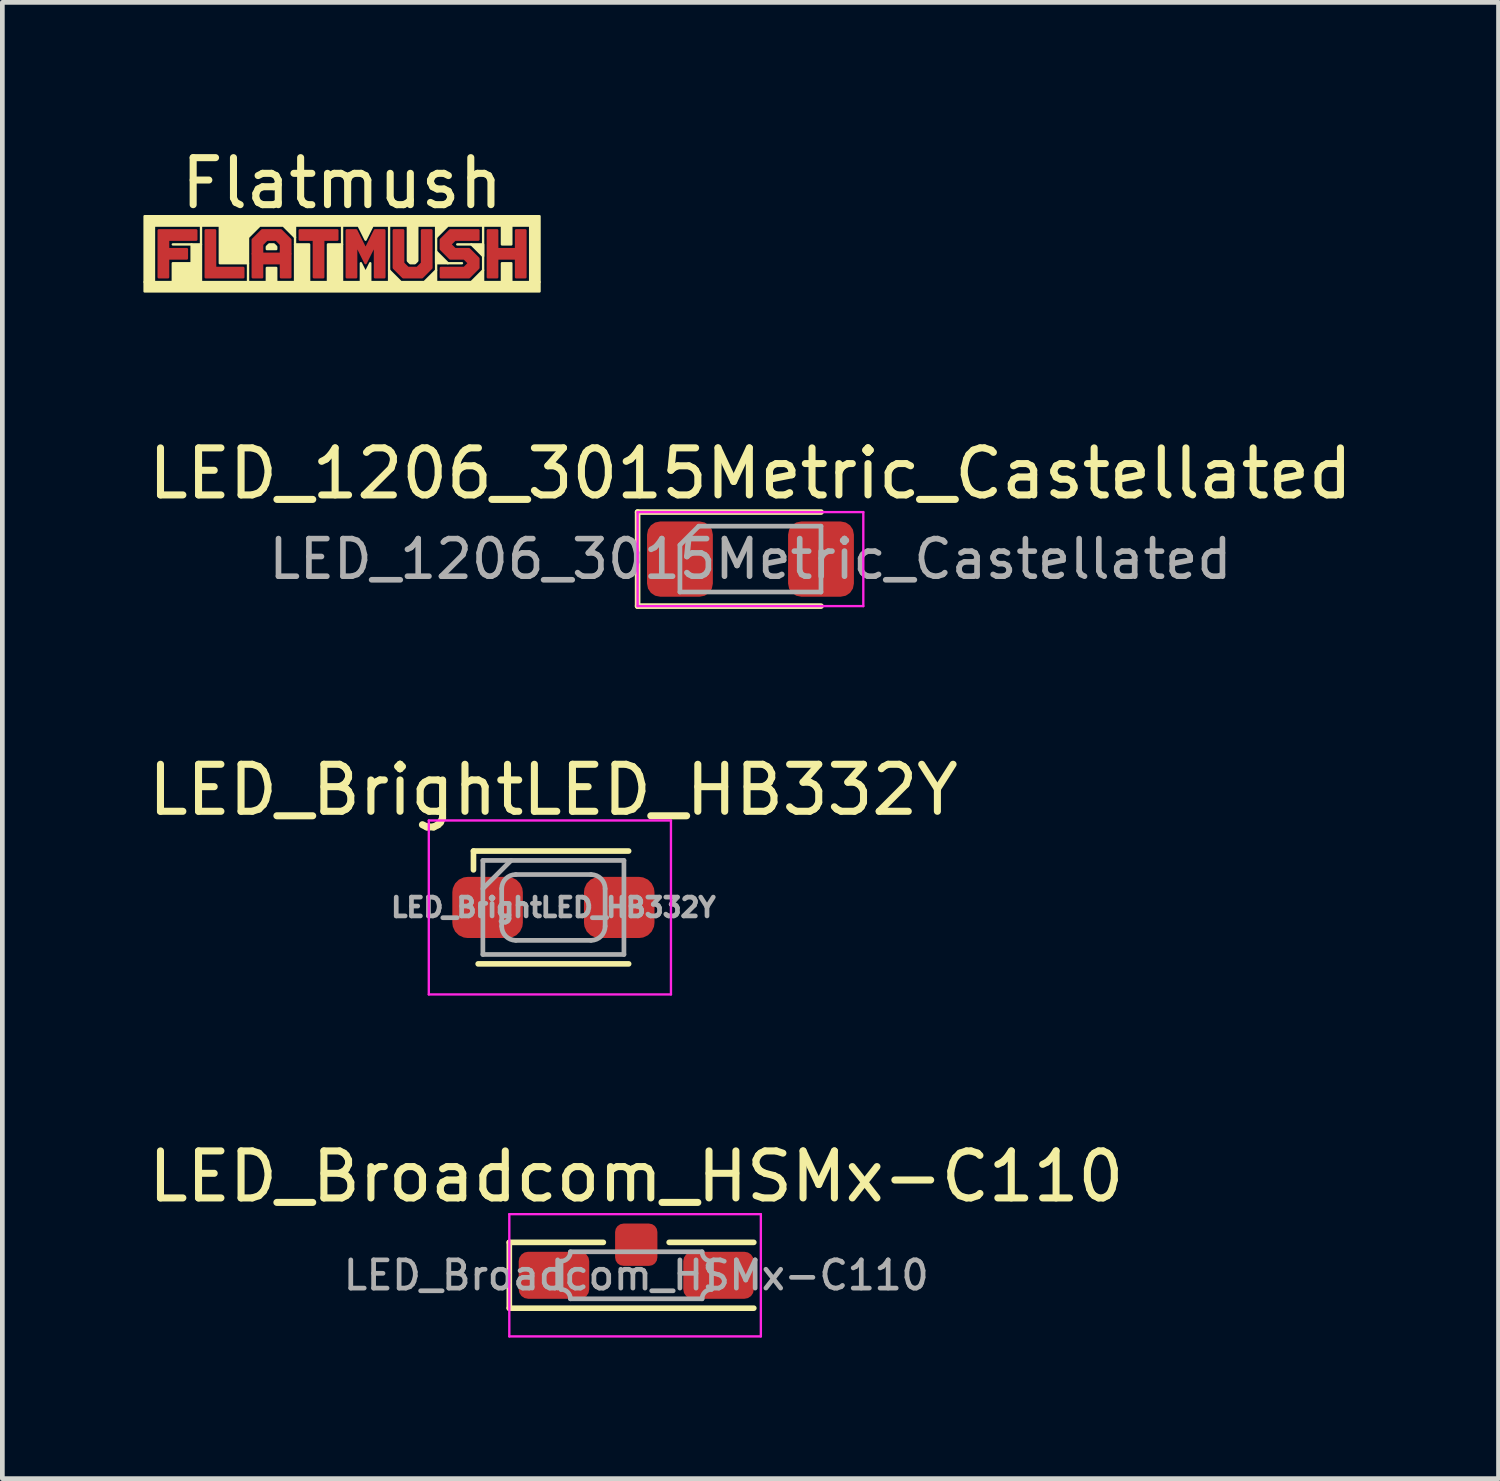
<source format=kicad_pcb>
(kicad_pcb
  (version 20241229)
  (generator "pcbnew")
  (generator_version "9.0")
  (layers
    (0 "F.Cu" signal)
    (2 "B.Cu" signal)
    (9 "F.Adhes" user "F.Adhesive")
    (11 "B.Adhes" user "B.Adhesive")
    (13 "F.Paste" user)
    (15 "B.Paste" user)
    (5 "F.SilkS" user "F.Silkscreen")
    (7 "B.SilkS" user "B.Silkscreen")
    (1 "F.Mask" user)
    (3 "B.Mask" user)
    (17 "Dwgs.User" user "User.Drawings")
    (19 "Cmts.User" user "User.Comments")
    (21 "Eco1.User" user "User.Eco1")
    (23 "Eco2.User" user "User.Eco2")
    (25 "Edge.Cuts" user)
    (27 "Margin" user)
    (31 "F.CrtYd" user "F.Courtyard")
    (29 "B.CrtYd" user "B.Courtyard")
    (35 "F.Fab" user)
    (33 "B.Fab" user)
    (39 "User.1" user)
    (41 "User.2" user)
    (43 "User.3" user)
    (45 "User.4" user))
  (footprint "LED_Broadcom_HSMx-C110"
    (layer "F.Cu")
    (at 10.482 24.073)
    (property "Reference" "LED_Broadcom_HSMx-C110" (at 0 -2.1 0) (layer "F.SilkS") (effects (font (size 1 1) (thickness 0.15))))
    (attr smd)
    (fp_line (start -2.7 -0.7) (end -2.7 0.7) (stroke (width 0.12) (type solid)) (layer "F.SilkS"))
    (fp_line (start -2.7 0.7) (end 2.5 0.7) (stroke (width 0.12) (type solid)) (layer "F.SilkS"))
    (fp_line (start -0.7 -0.7) (end -2.7 -0.7) (stroke (width 0.12) (type solid)) (layer "F.SilkS"))
    (fp_line (start 2.5 -0.7) (end 0.7 -0.7) (stroke (width 0.12) (type solid)) (layer "F.SilkS"))
    (fp_line (start -2.7 -1.3) (end 2.65 -1.3) (stroke (width 0.05) (type solid)) (layer "F.CrtYd"))
    (fp_line (start -2.7 1.3) (end -2.7 -1.3) (stroke (width 0.05) (type solid)) (layer "F.CrtYd"))
    (fp_line (start 2.65 -1.3) (end 2.65 1.3) (stroke (width 0.05) (type solid)) (layer "F.CrtYd"))
    (fp_line (start 2.65 1.3) (end -2.7 1.3) (stroke (width 0.05) (type solid)) (layer "F.CrtYd"))
    (fp_line (start -1.6 -0.3) (end -1.6 0.3) (stroke (width 0.1) (type solid)) (layer "F.Fab"))
    (fp_line (start -1.4 0.5) (end 1.4 0.5) (stroke (width 0.1) (type solid)) (layer "F.Fab"))
    (fp_line (start 1.4 -0.5) (end -1.4 -0.5) (stroke (width 0.1) (type solid)) (layer "F.Fab"))
    (fp_line (start 1.6 0.3) (end 1.6 -0.3) (stroke (width 0.1) (type solid)) (layer "F.Fab"))
    (fp_arc (start -1.6 0.3) (mid -1.458579 0.358579) (end -1.4 0.5) (stroke (width 0.1) (type solid)) (layer "F.Fab"))
    (fp_arc (start -1.4 -0.5) (mid -1.458579 -0.358579) (end -1.6 -0.3) (stroke (width 0.1) (type solid)) (layer "F.Fab"))
    (fp_arc (start 1.4 0.5) (mid 1.458579 0.358579) (end 1.6 0.3) (stroke (width 0.1) (type solid)) (layer "F.Fab"))
    (fp_arc (start 1.6 -0.3) (mid 1.458579 -0.358579) (end 1.4 -0.5) (stroke (width 0.1) (type solid)) (layer "F.Fab"))
    (fp_text user "${REFERENCE}" (at 0 0 0) (layer "F.Fab") (effects (font (size 0.6 0.6) (thickness 0.1))))
    (pad "" smd roundrect (at 0 -0.65) (size 0.9 0.9) (layers "F.Cu" "F.Mask" "F.Paste") (roundrect_rratio 0.2))
    (pad "1" smd roundrect (at -1.75 0) (size 1.5 1) (layers "F.Cu" "F.Mask" "F.Paste") (roundrect_rratio 0.2))
    (pad "2" smd roundrect (at 1.75 0) (size 1.5 1) (layers "F.Cu" "F.Mask" "F.Paste") (roundrect_rratio 0.2)))
  (footprint "Flatmush"
    (layer "F.Cu")
    (at 4.225 2.548)
    (property "Reference" "Flatmush" (at 0 -1.7 0) (layer "F.SilkS") (effects (font (size 1 1) (thickness 0.15))))
    (attr through_hole)
    (fp_line (start -3.6 -0.4) (end -3.2 -0.4) (stroke (width 0.05) (type solid)) (layer "F.SilkS"))
    (fp_line (start -3 -0.8) (end -3 -0.4) (stroke (width 0.05) (type solid)) (layer "F.SilkS"))
    (fp_line (start -2 0) (end -2 0.4) (stroke (width 0.05) (type solid)) (layer "F.SilkS"))
    (fp_line (start -1 -0.55) (end -1 -0.4) (stroke (width 0.05) (type solid)) (layer "F.SilkS"))
    (fp_line (start 0 -0.8) (end 0 -0.4) (stroke (width 0.05) (type solid)) (layer "F.SilkS"))
    (fp_line (start 1 -0.8) (end 1 0.15) (stroke (width 0.05) (type solid)) (layer "F.SilkS"))
    (fp_line (start 2 -0.55) (end 2 0.15) (stroke (width 0.05) (type solid)) (layer "F.SilkS"))
    (fp_line (start 2.25 0) (end 2.55 0) (stroke (width 0.05) (type solid)) (layer "F.SilkS"))
    (fp_line (start 2.45 -0.4) (end 2.75 -0.4) (stroke (width 0.05) (type solid)) (layer "F.SilkS"))
    (fp_line (start 3 -0.8) (end 3 0.15) (stroke (width 0.05) (type solid)) (layer "F.SilkS"))
    (fp_poly (pts (xy 2 0) (xy 2.25 0) (xy 2 -0.25)) (stroke (width 0.05) (type solid)) (fill yes) (layer "F.SilkS"))
    (fp_poly (pts (xy 3 -0.4) (xy 2.75 -0.4) (xy 3 -0.15)) (stroke (width 0.05) (type solid)) (fill yes) (layer "F.SilkS"))
    (fp_poly (pts (xy -1.6 -0.35) (xy -1.6 -0.3) (xy -1.4 -0.3) (xy -1.4 -0.35) (xy -1.45 -0.4) (xy -1.55 -0.4)) (stroke (width 0.05) (type solid)) (fill yes) (layer "F.SilkS"))
    (fp_poly (pts (xy -4.2 0.4) (xy -4 0.4) (xy -4 -0.8) (xy -2.6 -0.8) (xy -2.6 0) (xy -2 0) (xy -2 -0.55) (xy -1.75 -0.8) (xy -1.25 -0.8) (xy -1 -0.55) (xy -1 -0.8) (xy 0.35 -0.8) (xy 0.5 -0.5) (xy 0.65 -0.8) (xy 1.4 -0.8) (xy 1.4 -0.05) (xy 1.45 0) (xy 1.55 0) (xy 1.6 -0.05) (xy 1.6 -0.8) (xy 2 -0.8) (xy 2 -0.55) (xy 2.25 -0.8) (xy 3.4 -0.8) (xy 3.4 -0.4) (xy 3.6 -0.4) (xy 3.6 -0.8) (xy 4 -0.8) (xy 4 0.4) (xy 4.2 0.4) (xy 4.2 -1) (xy -4.2 -1)) (stroke (width 0.05) (type solid)) (fill yes) (layer "F.SilkS"))
    (fp_poly (pts (xy -4.2 0.4) (xy -3.6 0.4) (xy -3.6 0) (xy -3.2 0) (xy -3.2 -0.4) (xy -3 -0.4) (xy -3 0.4) (xy -1.6 0.4) (xy -1.6 0.1) (xy -1.4 0.1) (xy -1.4 0.4) (xy -1 0.4) (xy -1 -0.4) (xy -0.7 -0.4) (xy -0.7 0.4) (xy -0.3 0.4) (xy -0.3 -0.4) (xy 0 -0.4) (xy 0 0.4) (xy 0.4 0.4) (xy 0.4 0) (xy 0.5 0.2) (xy 0.6 0) (xy 0.6 0.4) (xy 1 0.4) (xy 1 0.15) (xy 1.25 0.4) (xy 1.75 0.4) (xy 2 0.15) (xy 2 0.4) (xy 2.75 0.4) (xy 3 0.15) (xy 3 0.4) (xy 3.4 0.4) (xy 3.4 0) (xy 3.6 0) (xy 3.6 0.4) (xy 4.2 0.4) (xy 4.2 0.6) (xy -4.2 0.6)) (stroke (width 0.05) (type solid)) (fill yes) (layer "F.SilkS"))
    (pad "" smd custom (at -3.5 -0.6) (size 0.1 0.1) (layers "F.Cu" "F.Mask") (options (anchor circle)) (primitives (gr_poly (pts (xy -0.4 0.9) (xy -0.2 0.9) (xy -0.2 0.5) (xy 0.2 0.5) (xy 0.2 0.3) (xy -0.2 0.3) (xy -0.2 0.1) (xy 0.4 0.1) (xy 0.4 -0.1) (xy -0.4 -0.1)) (width 0.05) (fill yes))))
    (pad "" smd custom (at -2.8 -0.6) (size 0.1 0.1) (layers "F.Cu" "F.Mask") (options (anchor circle)) (primitives (gr_poly (pts (xy -0.1 -0.1) (xy -0.1 0.9) (xy 0.7 0.9) (xy 0.7 0.7) (xy 0.1 0.7) (xy 0.1 -0.1)) (width 0.05) (fill yes))))
    (pad "" smd custom (at -1.5 -0.6) (size 0.1 0.1) (layers "F.Cu" "F.Mask") (options (anchor circle)) (primitives (gr_poly (pts (xy -0.4 0.4) (xy -0.4 0.1) (xy -0.2 -0.1) (xy 0.2 -0.1) (xy 0.4 0.1) (xy 0.4 0.4) (xy 0.2 0.4) (xy 0.2 0.2) (xy 0.1 0.1) (xy -0.1 0.1) (xy -0.2 0.2) (xy -0.2 0.4)) (width 0.05) (fill yes))))
    (pad "" smd custom (at -1.5 -0.1) (size 0.1 0.1) (layers "F.Cu" "F.Mask") (options (anchor circle)) (primitives (gr_poly (pts (xy -0.4 0.4) (xy -0.4 -0.1) (xy 0.4 -0.1) (xy 0.4 0.4) (xy 0.2 0.4) (xy 0.2 0.1) (xy -0.2 0.1) (xy -0.2 0.4)) (width 0.05) (fill yes))))
    (pad "" smd custom (at -0.5 -0.6) (size 0.1 0.1) (layers "F.Cu" "F.Mask") (options (anchor circle)) (primitives (gr_poly (pts (xy -0.4 -0.1) (xy -0.4 0.1) (xy -0.1 0.1) (xy -0.1 0.9) (xy 0.1 0.9) (xy 0.1 0.1) (xy 0.4 0.1) (xy 0.4 -0.1)) (width 0.05) (fill yes))))
    (pad "" smd custom (at 0.5 -0.2) (size 0.1 0.1) (layers "F.Cu" "F.Mask") (options (anchor circle)) (primitives (gr_poly (pts (xy -0.4 -0.5) (xy -0.4 0.5) (xy -0.2 0.5) (xy -0.2 -0.2) (xy 0 0.2) (xy 0.2 -0.2) (xy 0.2 0.5) (xy 0.4 0.5) (xy 0.4 -0.5) (xy 0.2 -0.5) (xy 0 -0.1) (xy -0.2 -0.5)) (width 0.05) (fill yes))))
    (pad "" smd custom (at 1.5 0.2) (size 0.1 0.1) (layers "F.Cu" "F.Mask") (options (anchor circle)) (primitives (gr_poly (pts (xy -0.4 -0.9) (xy -0.4 -0.1) (xy -0.2 0.1) (xy 0.2 0.1) (xy 0.4 -0.1) (xy 0.4 -0.9) (xy 0.2 -0.9) (xy 0.2 -0.2) (xy 0.1 -0.1) (xy -0.1 -0.1) (xy -0.2 -0.2) (xy -0.2 -0.9)) (width 0.05) (fill yes))))
    (pad "" smd custom (at 2.5 -0.2) (size 0.1 0.1) (layers "F.Cu" "F.Mask") (options (anchor circle)) (primitives (gr_poly (pts (xy -0.2 -0.2) (xy -0.1 -0.3) (xy 0.4 -0.3) (xy 0.4 -0.5) (xy -0.2 -0.5) (xy -0.4 -0.3) (xy -0.4 -0.1) (xy -0.2 0.1) (xy 0.1 0.1) (xy 0.2 0.2) (xy 0.1 0.3) (xy -0.4 0.3) (xy -0.4 0.5) (xy 0.2 0.5) (xy 0.4 0.3) (xy 0.4 0.1) (xy 0.2 -0.1) (xy -0.1 -0.1)) (width 0.05) (fill yes))))
    (pad "" smd custom (at 3.5 -0.2) (size 0.1 0.1) (layers "F.Cu" "F.Mask") (options (anchor circle)) (primitives (gr_poly (pts (xy -0.4 -0.5) (xy -0.2 -0.5) (xy -0.2 -0.1) (xy 0.2 -0.1) (xy 0.2 -0.5) (xy 0.4 -0.5) (xy 0.4 0.5) (xy 0.2 0.5) (xy 0.2 0.1) (xy -0.2 0.1) (xy -0.2 0.5) (xy -0.4 0.5)) (width 0.05) (fill yes)))))
  (footprint "LED_BrightLED_HB332Y"
    (layer "F.Cu")
    (at 8.72 16.25)
    (property "Reference" "LED_BrightLED_HB332Y" (at 0 -2.5 0) (layer "F.SilkS") (effects (font (size 1 1) (thickness 0.15))))
    (attr smd)
    (fp_line (start -1.7 -1.2) (end -1.7 -0.8) (stroke (width 0.12) (type solid)) (layer "F.SilkS"))
    (fp_line (start 1.6 -1.2) (end -1.7 -1.2) (stroke (width 0.12) (type solid)) (layer "F.SilkS"))
    (fp_line (start 1.6 1.2) (end -1.6 1.2) (stroke (width 0.12) (type solid)) (layer "F.SilkS"))
    (fp_line (start -2.65 -1.85) (end 2.5 -1.85) (stroke (width 0.05) (type solid)) (layer "F.CrtYd"))
    (fp_line (start -2.65 1.85) (end -2.65 -1.85) (stroke (width 0.05) (type solid)) (layer "F.CrtYd"))
    (fp_line (start 2.5 -1.85) (end 2.5 1.85) (stroke (width 0.05) (type solid)) (layer "F.CrtYd"))
    (fp_line (start 2.5 1.85) (end -2.65 1.85) (stroke (width 0.05) (type solid)) (layer "F.CrtYd"))
    (fp_line (start -1.5 -1) (end -1.5 1) (stroke (width 0.1) (type solid)) (layer "F.Fab"))
    (fp_line (start -1.5 -0.4) (end -0.9 -1) (stroke (width 0.1) (type solid)) (layer "F.Fab"))
    (fp_line (start -1.5 1) (end 1.5 1) (stroke (width 0.1) (type solid)) (layer "F.Fab"))
    (fp_line (start -1.1 -0.4) (end -1.1 0.4) (stroke (width 0.1) (type solid)) (layer "F.Fab"))
    (fp_line (start -0.8 -0.7) (end 0.8 -0.7) (stroke (width 0.1) (type solid)) (layer "F.Fab"))
    (fp_line (start 0.8 0.7) (end -0.8 0.7) (stroke (width 0.1) (type solid)) (layer "F.Fab"))
    (fp_line (start 1.1 0.4) (end 1.1 -0.4) (stroke (width 0.1) (type solid)) (layer "F.Fab"))
    (fp_line (start 1.5 -1) (end -1.5 -1) (stroke (width 0.1) (type solid)) (layer "F.Fab"))
    (fp_line (start 1.5 1) (end 1.5 -1) (stroke (width 0.1) (type solid)) (layer "F.Fab"))
    (fp_arc (start -1.1 -0.4) (mid -1.012132 -0.612132) (end -0.8 -0.7) (stroke (width 0.1) (type solid)) (layer "F.Fab"))
    (fp_arc (start -0.8 0.7) (mid -1.012132 0.612132) (end -1.1 0.4) (stroke (width 0.1) (type solid)) (layer "F.Fab"))
    (fp_arc (start 0.8 -0.7) (mid 1.012132 -0.612132) (end 1.1 -0.4) (stroke (width 0.1) (type solid)) (layer "F.Fab"))
    (fp_arc (start 1.1 0.4) (mid 1.012132 0.612132) (end 0.8 0.7) (stroke (width 0.1) (type solid)) (layer "F.Fab"))
    (fp_text user "${REFERENCE}" (at 0 0 0) (layer "F.Fab") (effects (font (size 0.4 0.4) (thickness 0.1))))
    (pad "1" smd roundrect (at -1.4 0) (size 1.5 1.3) (layers "F.Cu" "F.Mask" "F.Paste") (roundrect_rratio 0.25))
    (pad "2" smd roundrect (at 1.4 0) (size 1.5 1.3) (layers "F.Cu" "F.Mask" "F.Paste") (roundrect_rratio 0.25)))
  (footprint "LED_1206_3015Metric_Castellated"
    (layer "F.Cu")
    (at 12.911 8.841)
    (property "Reference" "LED_1206_3015Metric_Castellated" (at 0 -1.82 0) (layer "F.SilkS") (effects (font (size 1 1) (thickness 0.15))))
    (attr smd)
    (fp_line (start -2.4 -1) (end -2.4 1) (stroke (width 0.12) (type solid)) (layer "F.SilkS"))
    (fp_line (start -2.4 1) (end 1.5 1) (stroke (width 0.12) (type solid)) (layer "F.SilkS"))
    (fp_line (start 1.5 -1) (end -2.4 -1) (stroke (width 0.12) (type solid)) (layer "F.SilkS"))
    (fp_line (start -2.4 -1) (end 2.4 -1) (stroke (width 0.05) (type solid)) (layer "F.CrtYd"))
    (fp_line (start -2.4 1) (end -2.4 -1) (stroke (width 0.05) (type solid)) (layer "F.CrtYd"))
    (fp_line (start 2.4 -1) (end 2.4 1) (stroke (width 0.05) (type solid)) (layer "F.CrtYd"))
    (fp_line (start 2.4 1) (end -2.4 1) (stroke (width 0.05) (type solid)) (layer "F.CrtYd"))
    (fp_line (start -1.5 -0.3) (end -1.5 0.7) (stroke (width 0.1) (type solid)) (layer "F.Fab"))
    (fp_line (start -1.5 0.7) (end 1.5 0.7) (stroke (width 0.1) (type solid)) (layer "F.Fab"))
    (fp_line (start -1.1 -0.7) (end -1.5 -0.3) (stroke (width 0.1) (type solid)) (layer "F.Fab"))
    (fp_line (start 1.5 -0.7) (end -1.1 -0.7) (stroke (width 0.1) (type solid)) (layer "F.Fab"))
    (fp_line (start 1.5 0.7) (end 1.5 -0.7) (stroke (width 0.1) (type solid)) (layer "F.Fab"))
    (fp_text user "${REFERENCE}" (at 0 0 0) (layer "F.Fab") (effects (font (size 0.8 0.8) (thickness 0.12))))
    (pad "1" smd roundrect (at -1.5 0) (size 1.4 1.6) (layers "F.Cu" "F.Mask" "F.Paste") (roundrect_rratio 0.2))
    (pad "2" smd roundrect (at 1.5 0) (size 1.4 1.6) (layers "F.Cu" "F.Mask" "F.Paste") (roundrect_rratio 0.2)))
  (gr_rect
    (start -3 -3)
    (end 28.821 28.398)
    (stroke (width 0.1) (type default))
    (fill no)
    (layer "Edge.Cuts")))
</source>
